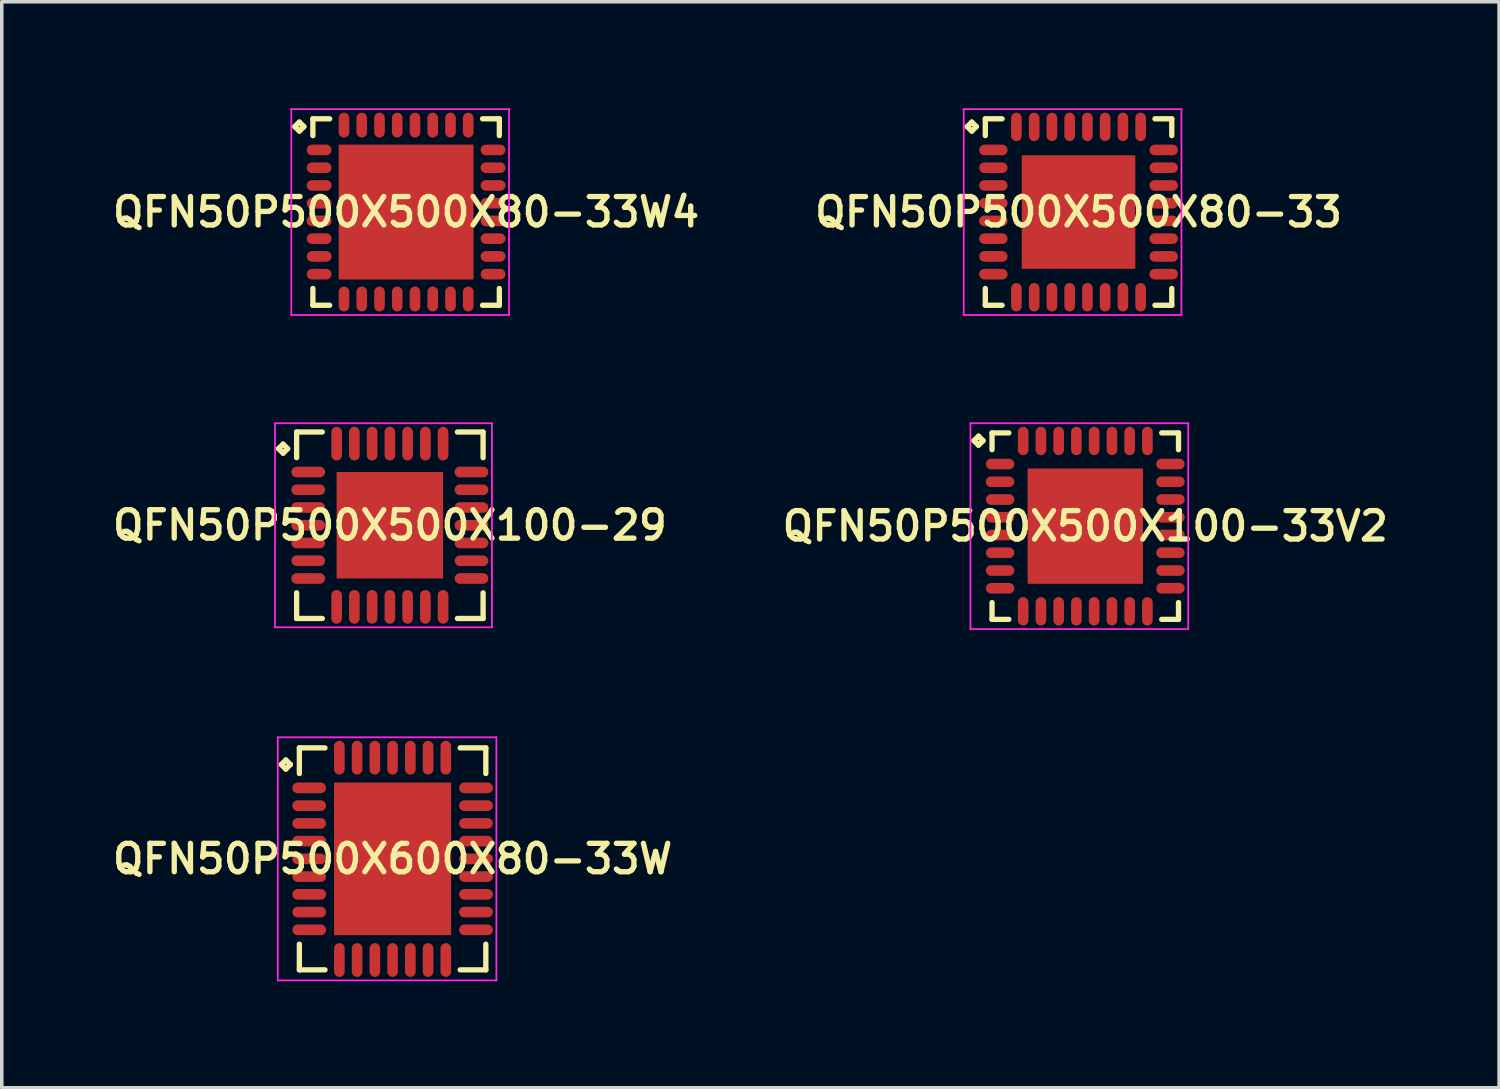
<source format=kicad_pcb>
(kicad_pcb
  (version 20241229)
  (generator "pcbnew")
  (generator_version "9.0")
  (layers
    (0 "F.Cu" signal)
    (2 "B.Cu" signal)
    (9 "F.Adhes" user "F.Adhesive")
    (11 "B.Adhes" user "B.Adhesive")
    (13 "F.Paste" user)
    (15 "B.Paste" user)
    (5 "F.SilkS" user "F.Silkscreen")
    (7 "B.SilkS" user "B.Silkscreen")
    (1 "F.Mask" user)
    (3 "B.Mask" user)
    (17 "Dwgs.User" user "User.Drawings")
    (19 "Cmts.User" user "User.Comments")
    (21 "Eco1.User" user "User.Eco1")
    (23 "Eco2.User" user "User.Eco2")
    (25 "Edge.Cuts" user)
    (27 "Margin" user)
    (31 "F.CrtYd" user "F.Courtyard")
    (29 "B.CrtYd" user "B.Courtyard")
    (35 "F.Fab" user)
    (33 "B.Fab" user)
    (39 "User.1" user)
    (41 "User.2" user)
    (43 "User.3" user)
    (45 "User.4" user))
  (footprint "QFN50P500X500X80-33W4"
    (layer "F.Cu")
    (at 8.393 2.925)
    (property "Reference" "QFN50P500X500X80-33W4" (at 0 0 0) (layer "F.SilkS") (effects (font (size 0.8 0.8) (thickness 0.15))))
    (attr smd)
    (fp_line (start -3.135 -2.408) (end -3.008 -2.535) (stroke (width 0.15) (type solid)) (layer "F.SilkS"))
    (fp_line (start -3.008 -2.535) (end -2.881 -2.408) (stroke (width 0.15) (type solid)) (layer "F.SilkS"))
    (fp_line (start -3.008 -2.281) (end -3.135 -2.408) (stroke (width 0.15) (type solid)) (layer "F.SilkS"))
    (fp_line (start -2.881 -2.408) (end -3.008 -2.281) (stroke (width 0.15) (type solid)) (layer "F.SilkS"))
    (fp_line (start -2.627 -2.627) (end -2.154 -2.627) (stroke (width 0.15) (type solid)) (layer "F.SilkS"))
    (fp_line (start -2.627 -2.154) (end -2.627 -2.627) (stroke (width 0.15) (type solid)) (layer "F.SilkS"))
    (fp_line (start -2.627 2.154) (end -2.627 2.627) (stroke (width 0.15) (type solid)) (layer "F.SilkS"))
    (fp_line (start -2.627 2.627) (end -2.154 2.627) (stroke (width 0.15) (type solid)) (layer "F.SilkS"))
    (fp_line (start 2.154 -2.627) (end 2.627 -2.627) (stroke (width 0.15) (type solid)) (layer "F.SilkS"))
    (fp_line (start 2.154 2.627) (end 2.627 2.627) (stroke (width 0.15) (type solid)) (layer "F.SilkS"))
    (fp_line (start 2.627 -2.627) (end 2.627 -2.154) (stroke (width 0.15) (type solid)) (layer "F.SilkS"))
    (fp_line (start 2.627 2.627) (end 2.627 2.154) (stroke (width 0.15) (type solid)) (layer "F.SilkS"))
    (fp_line (start -3.235 -2.9) (end 2.9 -2.9) (stroke (width 0.05) (type solid)) (layer "F.CrtYd"))
    (fp_line (start -3.235 2.9) (end -3.235 -2.9) (stroke (width 0.05) (type solid)) (layer "F.CrtYd"))
    (fp_line (start 2.9 -2.9) (end 2.9 2.9) (stroke (width 0.05) (type solid)) (layer "F.CrtYd"))
    (fp_line (start 2.9 2.9) (end -3.235 2.9) (stroke (width 0.05) (type solid)) (layer "F.CrtYd"))
    (pad "1" smd oval (at -2.45 -1.75) (size 0.7 0.3) (layers "F.Cu" "F.Mask" "F.Paste"))
    (pad "2" smd oval (at -2.45 -1.25) (size 0.7 0.3) (layers "F.Cu" "F.Mask" "F.Paste"))
    (pad "3" smd oval (at -2.45 -0.75) (size 0.7 0.3) (layers "F.Cu" "F.Mask" "F.Paste"))
    (pad "4" smd oval (at -2.45 -0.25) (size 0.7 0.3) (layers "F.Cu" "F.Mask" "F.Paste"))
    (pad "5" smd oval (at -2.45 0.25) (size 0.7 0.3) (layers "F.Cu" "F.Mask" "F.Paste"))
    (pad "6" smd oval (at -2.45 0.75) (size 0.7 0.3) (layers "F.Cu" "F.Mask" "F.Paste"))
    (pad "7" smd oval (at -2.45 1.25) (size 0.7 0.3) (layers "F.Cu" "F.Mask" "F.Paste"))
    (pad "8" smd oval (at -2.45 1.75) (size 0.7 0.3) (layers "F.Cu" "F.Mask" "F.Paste"))
    (pad "9" smd oval (at -1.75 2.45) (size 0.3 0.7) (layers "F.Cu" "F.Mask" "F.Paste"))
    (pad "10" smd oval (at -1.25 2.45) (size 0.3 0.7) (layers "F.Cu" "F.Mask" "F.Paste"))
    (pad "11" smd oval (at -0.75 2.45) (size 0.3 0.7) (layers "F.Cu" "F.Mask" "F.Paste"))
    (pad "12" smd oval (at -0.25 2.45) (size 0.3 0.7) (layers "F.Cu" "F.Mask" "F.Paste"))
    (pad "13" smd oval (at 0.25 2.45) (size 0.3 0.7) (layers "F.Cu" "F.Mask" "F.Paste"))
    (pad "14" smd oval (at 0.75 2.45) (size 0.3 0.7) (layers "F.Cu" "F.Mask" "F.Paste"))
    (pad "15" smd oval (at 1.25 2.45) (size 0.3 0.7) (layers "F.Cu" "F.Mask" "F.Paste"))
    (pad "16" smd oval (at 1.75 2.45) (size 0.3 0.7) (layers "F.Cu" "F.Mask" "F.Paste"))
    (pad "17" smd oval (at 2.45 1.75) (size 0.7 0.3) (layers "F.Cu" "F.Mask" "F.Paste"))
    (pad "18" smd oval (at 2.45 1.25) (size 0.7 0.3) (layers "F.Cu" "F.Mask" "F.Paste"))
    (pad "19" smd oval (at 2.45 0.75) (size 0.7 0.3) (layers "F.Cu" "F.Mask" "F.Paste"))
    (pad "20" smd oval (at 2.45 0.25) (size 0.7 0.3) (layers "F.Cu" "F.Mask" "F.Paste"))
    (pad "21" smd oval (at 2.45 -0.25) (size 0.7 0.3) (layers "F.Cu" "F.Mask" "F.Paste"))
    (pad "22" smd oval (at 2.45 -0.75) (size 0.7 0.3) (layers "F.Cu" "F.Mask" "F.Paste"))
    (pad "23" smd oval (at 2.45 -1.25) (size 0.7 0.3) (layers "F.Cu" "F.Mask" "F.Paste"))
    (pad "24" smd oval (at 2.45 -1.75) (size 0.7 0.3) (layers "F.Cu" "F.Mask" "F.Paste"))
    (pad "25" smd oval (at 1.75 -2.45) (size 0.3 0.7) (layers "F.Cu" "F.Mask" "F.Paste"))
    (pad "26" smd oval (at 1.25 -2.45) (size 0.3 0.7) (layers "F.Cu" "F.Mask" "F.Paste"))
    (pad "27" smd oval (at 0.75 -2.45) (size 0.3 0.7) (layers "F.Cu" "F.Mask" "F.Paste"))
    (pad "28" smd oval (at 0.25 -2.45) (size 0.3 0.7) (layers "F.Cu" "F.Mask" "F.Paste"))
    (pad "29" smd oval (at -0.25 -2.45) (size 0.3 0.7) (layers "F.Cu" "F.Mask" "F.Paste"))
    (pad "30" smd oval (at -0.75 -2.45) (size 0.3 0.7) (layers "F.Cu" "F.Mask" "F.Paste"))
    (pad "31" smd oval (at -1.25 -2.45) (size 0.3 0.7) (layers "F.Cu" "F.Mask" "F.Paste"))
    (pad "32" smd oval (at -1.75 -2.45) (size 0.3 0.7) (layers "F.Cu" "F.Mask" "F.Paste"))
    (pad "33" smd rect (at 0 0) (size 3.8 3.8) (layers "F.Cu" "F.Mask" "F.Paste")))
  (footprint "QFN50P500X500X100-29"
    (layer "F.Cu")
    (at 7.935 11.75)
    (property "Reference" "QFN50P500X500X100-29" (at 0 0 0) (layer "F.SilkS") (effects (font (size 0.8 0.8) (thickness 0.15))))
    (attr smd)
    (fp_line (start -3.135 -2.158) (end -3.008 -2.285) (stroke (width 0.15) (type solid)) (layer "F.SilkS"))
    (fp_line (start -3.008 -2.285) (end -2.881 -2.158) (stroke (width 0.15) (type solid)) (layer "F.SilkS"))
    (fp_line (start -3.008 -2.031) (end -3.135 -2.158) (stroke (width 0.15) (type solid)) (layer "F.SilkS"))
    (fp_line (start -2.881 -2.158) (end -3.008 -2.031) (stroke (width 0.15) (type solid)) (layer "F.SilkS"))
    (fp_line (start -2.627 -2.627) (end -1.904 -2.627) (stroke (width 0.15) (type solid)) (layer "F.SilkS"))
    (fp_line (start -2.627 -1.904) (end -2.627 -2.627) (stroke (width 0.15) (type solid)) (layer "F.SilkS"))
    (fp_line (start -2.627 1.904) (end -2.627 2.627) (stroke (width 0.15) (type solid)) (layer "F.SilkS"))
    (fp_line (start -2.627 2.627) (end -1.904 2.627) (stroke (width 0.15) (type solid)) (layer "F.SilkS"))
    (fp_line (start 1.904 -2.627) (end 2.627 -2.627) (stroke (width 0.15) (type solid)) (layer "F.SilkS"))
    (fp_line (start 1.904 2.627) (end 2.627 2.627) (stroke (width 0.15) (type solid)) (layer "F.SilkS"))
    (fp_line (start 2.627 -2.627) (end 2.627 -1.904) (stroke (width 0.15) (type solid)) (layer "F.SilkS"))
    (fp_line (start 2.627 2.627) (end 2.627 1.904) (stroke (width 0.15) (type solid)) (layer "F.SilkS"))
    (fp_line (start -3.235 -2.875) (end 2.875 -2.875) (stroke (width 0.05) (type solid)) (layer "F.CrtYd"))
    (fp_line (start -3.235 2.875) (end -3.235 -2.875) (stroke (width 0.05) (type solid)) (layer "F.CrtYd"))
    (fp_line (start 2.875 -2.875) (end 2.875 2.875) (stroke (width 0.05) (type solid)) (layer "F.CrtYd"))
    (fp_line (start 2.875 2.875) (end -3.235 2.875) (stroke (width 0.05) (type solid)) (layer "F.CrtYd"))
    (pad "1" smd oval (at -2.3 -1.5) (size 0.95 0.3) (layers "F.Cu" "F.Mask" "F.Paste"))
    (pad "2" smd oval (at -2.3 -1) (size 0.95 0.3) (layers "F.Cu" "F.Mask" "F.Paste"))
    (pad "3" smd oval (at -2.3 -0.5) (size 0.95 0.3) (layers "F.Cu" "F.Mask" "F.Paste"))
    (pad "4" smd oval (at -2.3 0) (size 0.95 0.3) (layers "F.Cu" "F.Mask" "F.Paste"))
    (pad "5" smd oval (at -2.3 0.5) (size 0.95 0.3) (layers "F.Cu" "F.Mask" "F.Paste"))
    (pad "6" smd oval (at -2.3 1) (size 0.95 0.3) (layers "F.Cu" "F.Mask" "F.Paste"))
    (pad "7" smd oval (at -2.3 1.5) (size 0.95 0.3) (layers "F.Cu" "F.Mask" "F.Paste"))
    (pad "8" smd oval (at -1.5 2.3) (size 0.3 0.95) (layers "F.Cu" "F.Mask" "F.Paste"))
    (pad "9" smd oval (at -1 2.3) (size 0.3 0.95) (layers "F.Cu" "F.Mask" "F.Paste"))
    (pad "10" smd oval (at -0.5 2.3) (size 0.3 0.95) (layers "F.Cu" "F.Mask" "F.Paste"))
    (pad "11" smd oval (at 0 2.3) (size 0.3 0.95) (layers "F.Cu" "F.Mask" "F.Paste"))
    (pad "12" smd oval (at 0.5 2.3) (size 0.3 0.95) (layers "F.Cu" "F.Mask" "F.Paste"))
    (pad "13" smd oval (at 1 2.3) (size 0.3 0.95) (layers "F.Cu" "F.Mask" "F.Paste"))
    (pad "14" smd oval (at 1.5 2.3) (size 0.3 0.95) (layers "F.Cu" "F.Mask" "F.Paste"))
    (pad "15" smd oval (at 2.3 1.5) (size 0.95 0.3) (layers "F.Cu" "F.Mask" "F.Paste"))
    (pad "16" smd oval (at 2.3 1) (size 0.95 0.3) (layers "F.Cu" "F.Mask" "F.Paste"))
    (pad "17" smd oval (at 2.3 0.5) (size 0.95 0.3) (layers "F.Cu" "F.Mask" "F.Paste"))
    (pad "18" smd oval (at 2.3 0) (size 0.95 0.3) (layers "F.Cu" "F.Mask" "F.Paste"))
    (pad "19" smd oval (at 2.3 -0.5) (size 0.95 0.3) (layers "F.Cu" "F.Mask" "F.Paste"))
    (pad "20" smd oval (at 2.3 -1) (size 0.95 0.3) (layers "F.Cu" "F.Mask" "F.Paste"))
    (pad "21" smd oval (at 2.3 -1.5) (size 0.95 0.3) (layers "F.Cu" "F.Mask" "F.Paste"))
    (pad "22" smd oval (at 1.5 -2.3) (size 0.3 0.95) (layers "F.Cu" "F.Mask" "F.Paste"))
    (pad "23" smd oval (at 1 -2.3) (size 0.3 0.95) (layers "F.Cu" "F.Mask" "F.Paste"))
    (pad "24" smd oval (at 0.5 -2.3) (size 0.3 0.95) (layers "F.Cu" "F.Mask" "F.Paste"))
    (pad "25" smd oval (at 0 -2.3) (size 0.3 0.95) (layers "F.Cu" "F.Mask" "F.Paste"))
    (pad "26" smd oval (at -0.5 -2.3) (size 0.3 0.95) (layers "F.Cu" "F.Mask" "F.Paste"))
    (pad "27" smd oval (at -1 -2.3) (size 0.3 0.95) (layers "F.Cu" "F.Mask" "F.Paste"))
    (pad "28" smd oval (at -1.5 -2.3) (size 0.3 0.95) (layers "F.Cu" "F.Mask" "F.Paste"))
    (pad "29" smd rect (at 0 0) (size 3 3) (layers "F.Cu" "F.Mask" "F.Paste")))
  (footprint "QFN50P500X500X80-33"
    (layer "F.Cu")
    (at 27.34 2.925)
    (property "Reference" "QFN50P500X500X80-33" (at 0 0 0) (layer "F.SilkS") (effects (font (size 0.8 0.8) (thickness 0.15))))
    (attr smd)
    (fp_line (start -3.135 -2.408) (end -3.008 -2.535) (stroke (width 0.15) (type solid)) (layer "F.SilkS"))
    (fp_line (start -3.008 -2.535) (end -2.881 -2.408) (stroke (width 0.15) (type solid)) (layer "F.SilkS"))
    (fp_line (start -3.008 -2.281) (end -3.135 -2.408) (stroke (width 0.15) (type solid)) (layer "F.SilkS"))
    (fp_line (start -2.881 -2.408) (end -3.008 -2.281) (stroke (width 0.15) (type solid)) (layer "F.SilkS"))
    (fp_line (start -2.627 -2.627) (end -2.154 -2.627) (stroke (width 0.15) (type solid)) (layer "F.SilkS"))
    (fp_line (start -2.627 -2.154) (end -2.627 -2.627) (stroke (width 0.15) (type solid)) (layer "F.SilkS"))
    (fp_line (start -2.627 2.154) (end -2.627 2.627) (stroke (width 0.15) (type solid)) (layer "F.SilkS"))
    (fp_line (start -2.627 2.627) (end -2.154 2.627) (stroke (width 0.15) (type solid)) (layer "F.SilkS"))
    (fp_line (start 2.154 -2.627) (end 2.627 -2.627) (stroke (width 0.15) (type solid)) (layer "F.SilkS"))
    (fp_line (start 2.154 2.627) (end 2.627 2.627) (stroke (width 0.15) (type solid)) (layer "F.SilkS"))
    (fp_line (start 2.627 -2.627) (end 2.627 -2.154) (stroke (width 0.15) (type solid)) (layer "F.SilkS"))
    (fp_line (start 2.627 2.627) (end 2.627 2.154) (stroke (width 0.15) (type solid)) (layer "F.SilkS"))
    (fp_line (start -3.235 -2.9) (end 2.9 -2.9) (stroke (width 0.05) (type solid)) (layer "F.CrtYd"))
    (fp_line (start -3.235 2.9) (end -3.235 -2.9) (stroke (width 0.05) (type solid)) (layer "F.CrtYd"))
    (fp_line (start 2.9 -2.9) (end 2.9 2.9) (stroke (width 0.05) (type solid)) (layer "F.CrtYd"))
    (fp_line (start 2.9 2.9) (end -3.235 2.9) (stroke (width 0.05) (type solid)) (layer "F.CrtYd"))
    (pad "1" smd oval (at -2.4 -1.75) (size 0.8 0.3) (layers "F.Cu" "F.Mask" "F.Paste"))
    (pad "2" smd oval (at -2.4 -1.25) (size 0.8 0.3) (layers "F.Cu" "F.Mask" "F.Paste"))
    (pad "3" smd oval (at -2.4 -0.75) (size 0.8 0.3) (layers "F.Cu" "F.Mask" "F.Paste"))
    (pad "4" smd oval (at -2.4 -0.25) (size 0.8 0.3) (layers "F.Cu" "F.Mask" "F.Paste"))
    (pad "5" smd oval (at -2.4 0.25) (size 0.8 0.3) (layers "F.Cu" "F.Mask" "F.Paste"))
    (pad "6" smd oval (at -2.4 0.75) (size 0.8 0.3) (layers "F.Cu" "F.Mask" "F.Paste"))
    (pad "7" smd oval (at -2.4 1.25) (size 0.8 0.3) (layers "F.Cu" "F.Mask" "F.Paste"))
    (pad "8" smd oval (at -2.4 1.75) (size 0.8 0.3) (layers "F.Cu" "F.Mask" "F.Paste"))
    (pad "9" smd oval (at -1.75 2.4) (size 0.3 0.8) (layers "F.Cu" "F.Mask" "F.Paste"))
    (pad "10" smd oval (at -1.25 2.4) (size 0.3 0.8) (layers "F.Cu" "F.Mask" "F.Paste"))
    (pad "11" smd oval (at -0.75 2.4) (size 0.3 0.8) (layers "F.Cu" "F.Mask" "F.Paste"))
    (pad "12" smd oval (at -0.25 2.4) (size 0.3 0.8) (layers "F.Cu" "F.Mask" "F.Paste"))
    (pad "13" smd oval (at 0.25 2.4) (size 0.3 0.8) (layers "F.Cu" "F.Mask" "F.Paste"))
    (pad "14" smd oval (at 0.75 2.4) (size 0.3 0.8) (layers "F.Cu" "F.Mask" "F.Paste"))
    (pad "15" smd oval (at 1.25 2.4) (size 0.3 0.8) (layers "F.Cu" "F.Mask" "F.Paste"))
    (pad "16" smd oval (at 1.75 2.4) (size 0.3 0.8) (layers "F.Cu" "F.Mask" "F.Paste"))
    (pad "17" smd oval (at 2.4 1.75) (size 0.8 0.3) (layers "F.Cu" "F.Mask" "F.Paste"))
    (pad "18" smd oval (at 2.4 1.25) (size 0.8 0.3) (layers "F.Cu" "F.Mask" "F.Paste"))
    (pad "19" smd oval (at 2.4 0.75) (size 0.8 0.3) (layers "F.Cu" "F.Mask" "F.Paste"))
    (pad "20" smd oval (at 2.4 0.25) (size 0.8 0.3) (layers "F.Cu" "F.Mask" "F.Paste"))
    (pad "21" smd oval (at 2.4 -0.25) (size 0.8 0.3) (layers "F.Cu" "F.Mask" "F.Paste"))
    (pad "22" smd oval (at 2.4 -0.75) (size 0.8 0.3) (layers "F.Cu" "F.Mask" "F.Paste"))
    (pad "23" smd oval (at 2.4 -1.25) (size 0.8 0.3) (layers "F.Cu" "F.Mask" "F.Paste"))
    (pad "24" smd oval (at 2.4 -1.75) (size 0.8 0.3) (layers "F.Cu" "F.Mask" "F.Paste"))
    (pad "25" smd oval (at 1.75 -2.4) (size 0.3 0.8) (layers "F.Cu" "F.Mask" "F.Paste"))
    (pad "26" smd oval (at 1.25 -2.4) (size 0.3 0.8) (layers "F.Cu" "F.Mask" "F.Paste"))
    (pad "27" smd oval (at 0.75 -2.4) (size 0.3 0.8) (layers "F.Cu" "F.Mask" "F.Paste"))
    (pad "28" smd oval (at 0.25 -2.4) (size 0.3 0.8) (layers "F.Cu" "F.Mask" "F.Paste"))
    (pad "29" smd oval (at -0.25 -2.4) (size 0.3 0.8) (layers "F.Cu" "F.Mask" "F.Paste"))
    (pad "30" smd oval (at -0.75 -2.4) (size 0.3 0.8) (layers "F.Cu" "F.Mask" "F.Paste"))
    (pad "31" smd oval (at -1.25 -2.4) (size 0.3 0.8) (layers "F.Cu" "F.Mask" "F.Paste"))
    (pad "32" smd oval (at -1.75 -2.4) (size 0.3 0.8) (layers "F.Cu" "F.Mask" "F.Paste"))
    (pad "33" smd rect (at 0 0) (size 3.2 3.2) (layers "F.Cu" "F.Mask" "F.Paste")))
  (footprint "QFN50P500X500X100-33V2"
    (layer "F.Cu")
    (at 27.53 11.775)
    (property "Reference" "QFN50P500X500X100-33V2" (at 0 0 0) (layer "F.SilkS") (effects (font (size 0.8 0.8) (thickness 0.15))))
    (attr smd)
    (fp_line (start -3.135 -2.408) (end -3.008 -2.535) (stroke (width 0.15) (type solid)) (layer "F.SilkS"))
    (fp_line (start -3.008 -2.535) (end -2.881 -2.408) (stroke (width 0.15) (type solid)) (layer "F.SilkS"))
    (fp_line (start -3.008 -2.281) (end -3.135 -2.408) (stroke (width 0.15) (type solid)) (layer "F.SilkS"))
    (fp_line (start -2.881 -2.408) (end -3.008 -2.281) (stroke (width 0.15) (type solid)) (layer "F.SilkS"))
    (fp_line (start -2.627 -2.627) (end -2.154 -2.627) (stroke (width 0.15) (type solid)) (layer "F.SilkS"))
    (fp_line (start -2.627 -2.154) (end -2.627 -2.627) (stroke (width 0.15) (type solid)) (layer "F.SilkS"))
    (fp_line (start -2.627 2.154) (end -2.627 2.627) (stroke (width 0.15) (type solid)) (layer "F.SilkS"))
    (fp_line (start -2.627 2.627) (end -2.154 2.627) (stroke (width 0.15) (type solid)) (layer "F.SilkS"))
    (fp_line (start 2.154 -2.627) (end 2.627 -2.627) (stroke (width 0.15) (type solid)) (layer "F.SilkS"))
    (fp_line (start 2.154 2.627) (end 2.627 2.627) (stroke (width 0.15) (type solid)) (layer "F.SilkS"))
    (fp_line (start 2.627 -2.627) (end 2.627 -2.154) (stroke (width 0.15) (type solid)) (layer "F.SilkS"))
    (fp_line (start 2.627 2.627) (end 2.627 2.154) (stroke (width 0.15) (type solid)) (layer "F.SilkS"))
    (fp_line (start -3.235 -2.9) (end 2.9 -2.9) (stroke (width 0.05) (type solid)) (layer "F.CrtYd"))
    (fp_line (start -3.235 2.9) (end -3.235 -2.9) (stroke (width 0.05) (type solid)) (layer "F.CrtYd"))
    (fp_line (start 2.9 -2.9) (end 2.9 2.9) (stroke (width 0.05) (type solid)) (layer "F.CrtYd"))
    (fp_line (start 2.9 2.9) (end -3.235 2.9) (stroke (width 0.05) (type solid)) (layer "F.CrtYd"))
    (pad "1" smd oval (at -2.4 -1.75) (size 0.8 0.3) (layers "F.Cu" "F.Mask" "F.Paste"))
    (pad "2" smd oval (at -2.4 -1.25) (size 0.8 0.3) (layers "F.Cu" "F.Mask" "F.Paste"))
    (pad "3" smd oval (at -2.4 -0.75) (size 0.8 0.3) (layers "F.Cu" "F.Mask" "F.Paste"))
    (pad "4" smd oval (at -2.4 -0.25) (size 0.8 0.3) (layers "F.Cu" "F.Mask" "F.Paste"))
    (pad "5" smd oval (at -2.4 0.25) (size 0.8 0.3) (layers "F.Cu" "F.Mask" "F.Paste"))
    (pad "6" smd oval (at -2.4 0.75) (size 0.8 0.3) (layers "F.Cu" "F.Mask" "F.Paste"))
    (pad "7" smd oval (at -2.4 1.25) (size 0.8 0.3) (layers "F.Cu" "F.Mask" "F.Paste"))
    (pad "8" smd oval (at -2.4 1.75) (size 0.8 0.3) (layers "F.Cu" "F.Mask" "F.Paste"))
    (pad "9" smd oval (at -1.75 2.4) (size 0.3 0.8) (layers "F.Cu" "F.Mask" "F.Paste"))
    (pad "10" smd oval (at -1.25 2.4) (size 0.3 0.8) (layers "F.Cu" "F.Mask" "F.Paste"))
    (pad "11" smd oval (at -0.75 2.4) (size 0.3 0.8) (layers "F.Cu" "F.Mask" "F.Paste"))
    (pad "12" smd oval (at -0.25 2.4) (size 0.3 0.8) (layers "F.Cu" "F.Mask" "F.Paste"))
    (pad "13" smd oval (at 0.25 2.4) (size 0.3 0.8) (layers "F.Cu" "F.Mask" "F.Paste"))
    (pad "14" smd oval (at 0.75 2.4) (size 0.3 0.8) (layers "F.Cu" "F.Mask" "F.Paste"))
    (pad "15" smd oval (at 1.25 2.4) (size 0.3 0.8) (layers "F.Cu" "F.Mask" "F.Paste"))
    (pad "16" smd oval (at 1.75 2.4) (size 0.3 0.8) (layers "F.Cu" "F.Mask" "F.Paste"))
    (pad "17" smd oval (at 2.4 1.75) (size 0.8 0.3) (layers "F.Cu" "F.Mask" "F.Paste"))
    (pad "18" smd oval (at 2.4 1.25) (size 0.8 0.3) (layers "F.Cu" "F.Mask" "F.Paste"))
    (pad "19" smd oval (at 2.4 0.75) (size 0.8 0.3) (layers "F.Cu" "F.Mask" "F.Paste"))
    (pad "20" smd oval (at 2.4 0.25) (size 0.8 0.3) (layers "F.Cu" "F.Mask" "F.Paste"))
    (pad "21" smd oval (at 2.4 -0.25) (size 0.8 0.3) (layers "F.Cu" "F.Mask" "F.Paste"))
    (pad "22" smd oval (at 2.4 -0.75) (size 0.8 0.3) (layers "F.Cu" "F.Mask" "F.Paste"))
    (pad "23" smd oval (at 2.4 -1.25) (size 0.8 0.3) (layers "F.Cu" "F.Mask" "F.Paste"))
    (pad "24" smd oval (at 2.4 -1.75) (size 0.8 0.3) (layers "F.Cu" "F.Mask" "F.Paste"))
    (pad "25" smd oval (at 1.75 -2.4) (size 0.3 0.8) (layers "F.Cu" "F.Mask" "F.Paste"))
    (pad "26" smd oval (at 1.25 -2.4) (size 0.3 0.8) (layers "F.Cu" "F.Mask" "F.Paste"))
    (pad "27" smd oval (at 0.75 -2.4) (size 0.3 0.8) (layers "F.Cu" "F.Mask" "F.Paste"))
    (pad "28" smd oval (at 0.25 -2.4) (size 0.3 0.8) (layers "F.Cu" "F.Mask" "F.Paste"))
    (pad "29" smd oval (at -0.25 -2.4) (size 0.3 0.8) (layers "F.Cu" "F.Mask" "F.Paste"))
    (pad "30" smd oval (at -0.75 -2.4) (size 0.3 0.8) (layers "F.Cu" "F.Mask" "F.Paste"))
    (pad "31" smd oval (at -1.25 -2.4) (size 0.3 0.8) (layers "F.Cu" "F.Mask" "F.Paste"))
    (pad "32" smd oval (at -1.75 -2.4) (size 0.3 0.8) (layers "F.Cu" "F.Mask" "F.Paste"))
    (pad "33" smd rect (at 0 0) (size 3.25 3.25) (layers "F.Cu" "F.Mask" "F.Paste")))
  (footprint "QFN50P500X600X80-33W"
    (layer "F.Cu")
    (at 8.012 21.15)
    (property "Reference" "QFN50P500X600X80-33W" (at 0 0 0) (layer "F.SilkS") (effects (font (size 0.8 0.8) (thickness 0.15))))
    (attr smd)
    (fp_line (start -3.135 -2.658) (end -3.008 -2.785) (stroke (width 0.15) (type solid)) (layer "F.SilkS"))
    (fp_line (start -3.008 -2.785) (end -2.881 -2.658) (stroke (width 0.15) (type solid)) (layer "F.SilkS"))
    (fp_line (start -3.008 -2.531) (end -3.135 -2.658) (stroke (width 0.15) (type solid)) (layer "F.SilkS"))
    (fp_line (start -2.881 -2.658) (end -3.008 -2.531) (stroke (width 0.15) (type solid)) (layer "F.SilkS"))
    (fp_line (start -2.627 -3.127) (end -1.904 -3.127) (stroke (width 0.15) (type solid)) (layer "F.SilkS"))
    (fp_line (start -2.627 -2.404) (end -2.627 -3.127) (stroke (width 0.15) (type solid)) (layer "F.SilkS"))
    (fp_line (start -2.627 2.404) (end -2.627 3.127) (stroke (width 0.15) (type solid)) (layer "F.SilkS"))
    (fp_line (start -2.627 3.127) (end -1.904 3.127) (stroke (width 0.15) (type solid)) (layer "F.SilkS"))
    (fp_line (start 1.904 -3.127) (end 2.627 -3.127) (stroke (width 0.15) (type solid)) (layer "F.SilkS"))
    (fp_line (start 1.904 3.127) (end 2.627 3.127) (stroke (width 0.15) (type solid)) (layer "F.SilkS"))
    (fp_line (start 2.627 -3.127) (end 2.627 -2.404) (stroke (width 0.15) (type solid)) (layer "F.SilkS"))
    (fp_line (start 2.627 3.127) (end 2.627 2.404) (stroke (width 0.15) (type solid)) (layer "F.SilkS"))
    (fp_line (start -3.235 -3.425) (end 2.925 -3.425) (stroke (width 0.05) (type solid)) (layer "F.CrtYd"))
    (fp_line (start -3.235 3.425) (end -3.235 -3.425) (stroke (width 0.05) (type solid)) (layer "F.CrtYd"))
    (fp_line (start 2.925 -3.425) (end 2.925 3.425) (stroke (width 0.05) (type solid)) (layer "F.CrtYd"))
    (fp_line (start 2.925 3.425) (end -3.235 3.425) (stroke (width 0.05) (type solid)) (layer "F.CrtYd"))
    (pad "1" smd oval (at -2.35 -2) (size 0.95 0.3) (layers "F.Cu" "F.Mask" "F.Paste"))
    (pad "2" smd oval (at -2.35 -1.5) (size 0.95 0.3) (layers "F.Cu" "F.Mask" "F.Paste"))
    (pad "3" smd oval (at -2.35 -1) (size 0.95 0.3) (layers "F.Cu" "F.Mask" "F.Paste"))
    (pad "4" smd oval (at -2.35 -0.5) (size 0.95 0.3) (layers "F.Cu" "F.Mask" "F.Paste"))
    (pad "5" smd oval (at -2.35 0) (size 0.95 0.3) (layers "F.Cu" "F.Mask" "F.Paste"))
    (pad "6" smd oval (at -2.35 0.5) (size 0.95 0.3) (layers "F.Cu" "F.Mask" "F.Paste"))
    (pad "7" smd oval (at -2.35 1) (size 0.95 0.3) (layers "F.Cu" "F.Mask" "F.Paste"))
    (pad "8" smd oval (at -2.35 1.5) (size 0.95 0.3) (layers "F.Cu" "F.Mask" "F.Paste"))
    (pad "9" smd oval (at -2.35 2) (size 0.95 0.3) (layers "F.Cu" "F.Mask" "F.Paste"))
    (pad "10" smd oval (at -1.5 2.85) (size 0.3 0.95) (layers "F.Cu" "F.Mask" "F.Paste"))
    (pad "11" smd oval (at -1 2.85) (size 0.3 0.95) (layers "F.Cu" "F.Mask" "F.Paste"))
    (pad "12" smd oval (at -0.5 2.85) (size 0.3 0.95) (layers "F.Cu" "F.Mask" "F.Paste"))
    (pad "13" smd oval (at 0 2.85) (size 0.3 0.95) (layers "F.Cu" "F.Mask" "F.Paste"))
    (pad "14" smd oval (at 0.5 2.85) (size 0.3 0.95) (layers "F.Cu" "F.Mask" "F.Paste"))
    (pad "15" smd oval (at 1 2.85) (size 0.3 0.95) (layers "F.Cu" "F.Mask" "F.Paste"))
    (pad "16" smd oval (at 1.5 2.85) (size 0.3 0.95) (layers "F.Cu" "F.Mask" "F.Paste"))
    (pad "17" smd oval (at 2.35 2) (size 0.95 0.3) (layers "F.Cu" "F.Mask" "F.Paste"))
    (pad "18" smd oval (at 2.35 1.5) (size 0.95 0.3) (layers "F.Cu" "F.Mask" "F.Paste"))
    (pad "19" smd oval (at 2.35 1) (size 0.95 0.3) (layers "F.Cu" "F.Mask" "F.Paste"))
    (pad "20" smd oval (at 2.35 0.5) (size 0.95 0.3) (layers "F.Cu" "F.Mask" "F.Paste"))
    (pad "21" smd oval (at 2.35 0) (size 0.95 0.3) (layers "F.Cu" "F.Mask" "F.Paste"))
    (pad "22" smd oval (at 2.35 -0.5) (size 0.95 0.3) (layers "F.Cu" "F.Mask" "F.Paste"))
    (pad "23" smd oval (at 2.35 -1) (size 0.95 0.3) (layers "F.Cu" "F.Mask" "F.Paste"))
    (pad "24" smd oval (at 2.35 -1.5) (size 0.95 0.3) (layers "F.Cu" "F.Mask" "F.Paste"))
    (pad "25" smd oval (at 2.35 -2) (size 0.95 0.3) (layers "F.Cu" "F.Mask" "F.Paste"))
    (pad "26" smd oval (at 1.5 -2.85) (size 0.3 0.95) (layers "F.Cu" "F.Mask" "F.Paste"))
    (pad "27" smd oval (at 1 -2.85) (size 0.3 0.95) (layers "F.Cu" "F.Mask" "F.Paste"))
    (pad "28" smd oval (at 0.5 -2.85) (size 0.3 0.95) (layers "F.Cu" "F.Mask" "F.Paste"))
    (pad "29" smd oval (at 0 -2.85) (size 0.3 0.95) (layers "F.Cu" "F.Mask" "F.Paste"))
    (pad "30" smd oval (at -0.5 -2.85) (size 0.3 0.95) (layers "F.Cu" "F.Mask" "F.Paste"))
    (pad "31" smd oval (at -1 -2.85) (size 0.3 0.95) (layers "F.Cu" "F.Mask" "F.Paste"))
    (pad "32" smd oval (at -1.5 -2.85) (size 0.3 0.95) (layers "F.Cu" "F.Mask" "F.Paste"))
    (pad "33" smd rect (at 0 0) (size 3.3 4.3) (layers "F.Cu" "F.Mask" "F.Paste")))
  (gr_rect
    (start -3 -3)
    (end 39.19 27.6)
    (stroke (width 0.1) (type default))
    (fill no)
    (layer "Edge.Cuts")))
</source>
